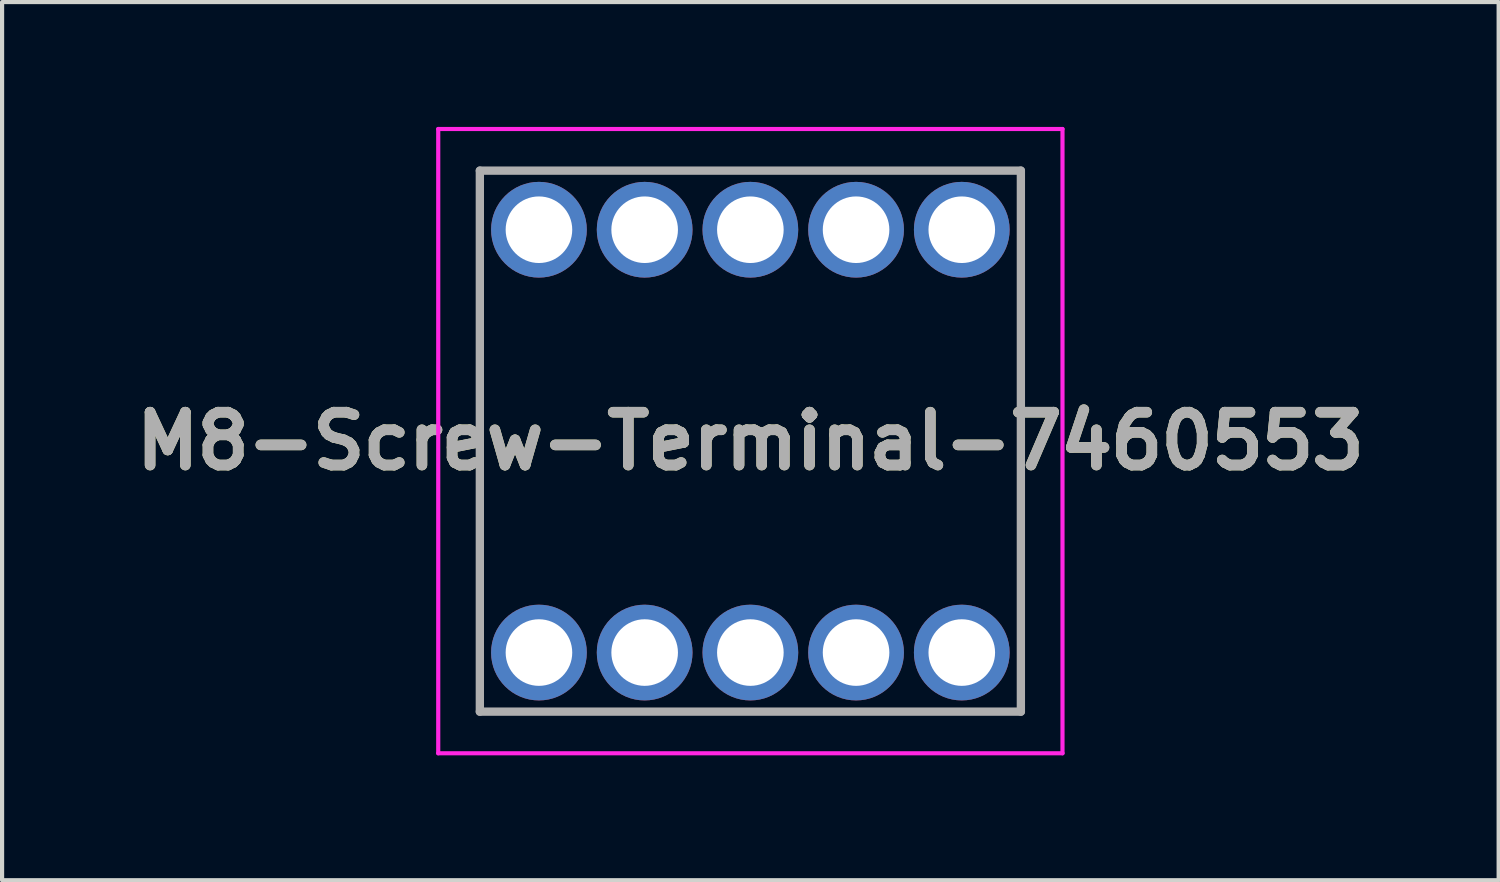
<source format=kicad_pcb>
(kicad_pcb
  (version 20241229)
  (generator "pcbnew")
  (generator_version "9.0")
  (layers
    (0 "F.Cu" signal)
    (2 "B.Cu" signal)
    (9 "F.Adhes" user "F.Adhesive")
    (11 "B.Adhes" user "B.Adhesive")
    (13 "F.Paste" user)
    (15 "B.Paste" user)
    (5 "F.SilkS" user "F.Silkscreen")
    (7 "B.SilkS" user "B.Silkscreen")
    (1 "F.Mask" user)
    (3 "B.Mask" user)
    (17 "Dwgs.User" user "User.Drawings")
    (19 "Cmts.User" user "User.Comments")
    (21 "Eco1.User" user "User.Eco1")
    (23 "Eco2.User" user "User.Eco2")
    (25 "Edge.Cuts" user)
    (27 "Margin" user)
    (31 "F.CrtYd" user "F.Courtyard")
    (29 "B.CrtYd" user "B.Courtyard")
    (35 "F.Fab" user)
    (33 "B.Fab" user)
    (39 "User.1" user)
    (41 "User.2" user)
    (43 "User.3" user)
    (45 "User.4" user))
  (footprint "M8-Screw-Terminal-7460553"
    (layer "F.Cu")
    (at 14.98 7.55)
    (property "Reference" "M8-Screw-Terminal-7460553" (at 0 0 0) (layer "F.SilkS") (effects (font (size 1.27 1.27) (thickness 0.254))))
    (attr through_hole)
    (fp_line (start -6.5 -6.5) (end 6.5 -6.5) (stroke (width 0.1) (type solid)) (layer "F.SilkS"))
    (fp_line (start -6.5 6.5) (end -6.5 -6.5) (stroke (width 0.1) (type solid)) (layer "F.SilkS"))
    (fp_line (start 6.5 -6.5) (end 6.5 6.5) (stroke (width 0.1) (type solid)) (layer "F.SilkS"))
    (fp_line (start 6.5 6.5) (end -6.5 6.5) (stroke (width 0.1) (type solid)) (layer "F.SilkS"))
    (fp_line (start -7.5 -7.5) (end 7.5 -7.5) (stroke (width 0.1) (type solid)) (layer "F.CrtYd"))
    (fp_line (start -7.5 7.5) (end -7.5 -7.5) (stroke (width 0.1) (type solid)) (layer "F.CrtYd"))
    (fp_line (start 7.5 -7.5) (end 7.5 7.5) (stroke (width 0.1) (type solid)) (layer "F.CrtYd"))
    (fp_line (start 7.5 7.5) (end -7.5 7.5) (stroke (width 0.1) (type solid)) (layer "F.CrtYd"))
    (fp_line (start -6.5 -6.5) (end 6.5 -6.5) (stroke (width 0.2) (type solid)) (layer "F.Fab"))
    (fp_line (start -6.5 6.5) (end -6.5 -6.5) (stroke (width 0.2) (type solid)) (layer "F.Fab"))
    (fp_line (start 6.5 -6.5) (end 6.5 6.5) (stroke (width 0.2) (type solid)) (layer "F.Fab"))
    (fp_line (start 6.5 6.5) (end -6.5 6.5) (stroke (width 0.2) (type solid)) (layer "F.Fab"))
    (fp_text user "${REFERENCE}" (at 0 0 0) (layer "F.Fab") (effects (font (size 1.27 1.27) (thickness 0.254))))
    (pad "1" thru_hole circle (at -5.08 5.08) (size 2.3 2.3) (drill 1.6) (layers "*.Cu" "*.Mask"))
    (pad "2" thru_hole circle (at -2.54 5.08) (size 2.3 2.3) (drill 1.6) (layers "*.Cu" "*.Mask"))
    (pad "3" thru_hole circle (at 0 5.08) (size 2.3 2.3) (drill 1.6) (layers "*.Cu" "*.Mask"))
    (pad "4" thru_hole circle (at 2.54 5.08) (size 2.3 2.3) (drill 1.6) (layers "*.Cu" "*.Mask"))
    (pad "5" thru_hole circle (at 5.08 5.08) (size 2.3 2.3) (drill 1.6) (layers "*.Cu" "*.Mask"))
    (pad "6" thru_hole circle (at 5.08 -5.08) (size 2.3 2.3) (drill 1.6) (layers "*.Cu" "*.Mask"))
    (pad "7" thru_hole circle (at 2.54 -5.08) (size 2.3 2.3) (drill 1.6) (layers "*.Cu" "*.Mask"))
    (pad "8" thru_hole circle (at 0 -5.08) (size 2.3 2.3) (drill 1.6) (layers "*.Cu" "*.Mask"))
    (pad "9" thru_hole circle (at -2.54 -5.08) (size 2.3 2.3) (drill 1.6) (layers "*.Cu" "*.Mask"))
    (pad "10" thru_hole circle (at -5.08 -5.08) (size 2.3 2.3) (drill 1.6) (layers "*.Cu" "*.Mask")))
  (gr_rect
    (start -3 -3)
    (end 32.96 18.1)
    (stroke (width 0.1) (type default))
    (fill no)
    (layer "Edge.Cuts")))
</source>
